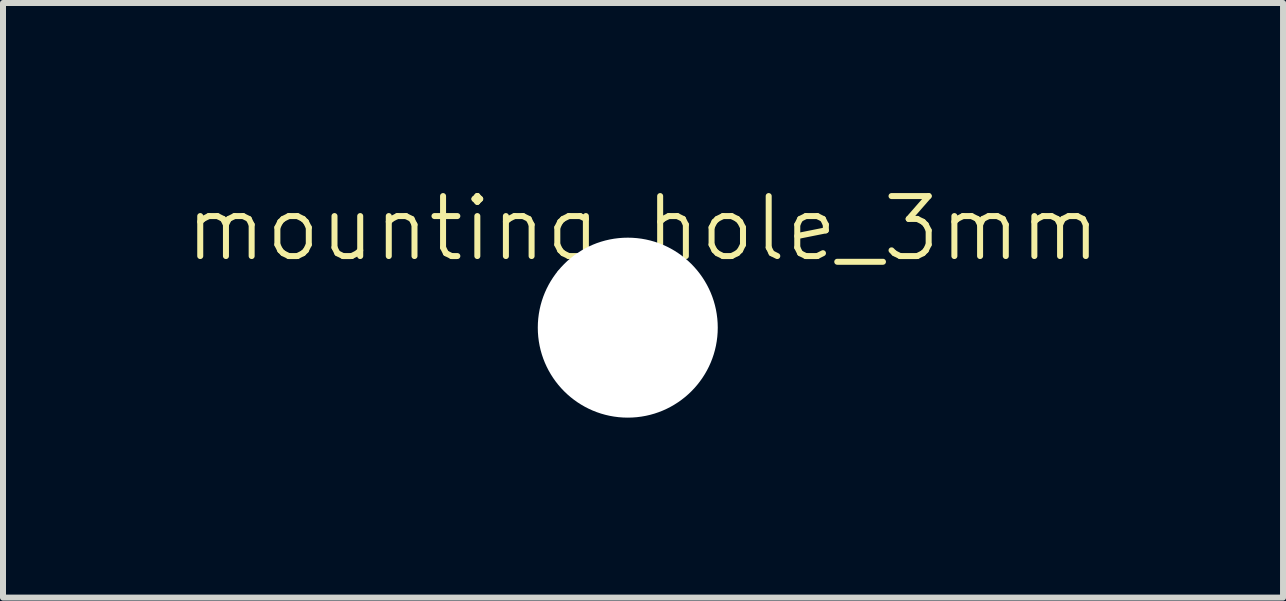
<source format=kicad_pcb>
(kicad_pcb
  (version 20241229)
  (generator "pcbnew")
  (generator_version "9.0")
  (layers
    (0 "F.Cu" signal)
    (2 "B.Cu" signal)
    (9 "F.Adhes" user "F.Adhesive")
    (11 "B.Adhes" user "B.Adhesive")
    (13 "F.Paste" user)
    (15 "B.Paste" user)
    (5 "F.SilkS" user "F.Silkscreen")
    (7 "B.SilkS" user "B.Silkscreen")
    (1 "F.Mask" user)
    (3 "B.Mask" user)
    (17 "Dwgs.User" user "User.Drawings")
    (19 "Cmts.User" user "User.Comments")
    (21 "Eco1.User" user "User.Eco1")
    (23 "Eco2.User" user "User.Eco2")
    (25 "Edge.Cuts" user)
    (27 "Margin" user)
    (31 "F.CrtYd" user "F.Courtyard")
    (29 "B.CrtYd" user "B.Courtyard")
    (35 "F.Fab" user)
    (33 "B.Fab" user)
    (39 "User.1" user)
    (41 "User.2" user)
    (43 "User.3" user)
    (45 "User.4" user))
  (footprint "mounting_hole_3mm"
    (layer "F.Cu")
    (at 7.415 2.412)
    (property "Reference" "mounting_hole_3mm" (at 0.254 -1.651 0) (unlocked yes) (layer "F.SilkS") (effects (font (size 1 1) (thickness 0.1))))
    (attr through_hole)
    (pad "" np_thru_hole circle (at 0 0) (size 3 3) (drill 3) (layers "*.Cu" "*.Mask")))
  (gr_rect
    (start -3 -3)
    (end 18.338 6.912)
    (stroke (width 0.1) (type default))
    (fill no)
    (layer "Edge.Cuts")))
</source>
